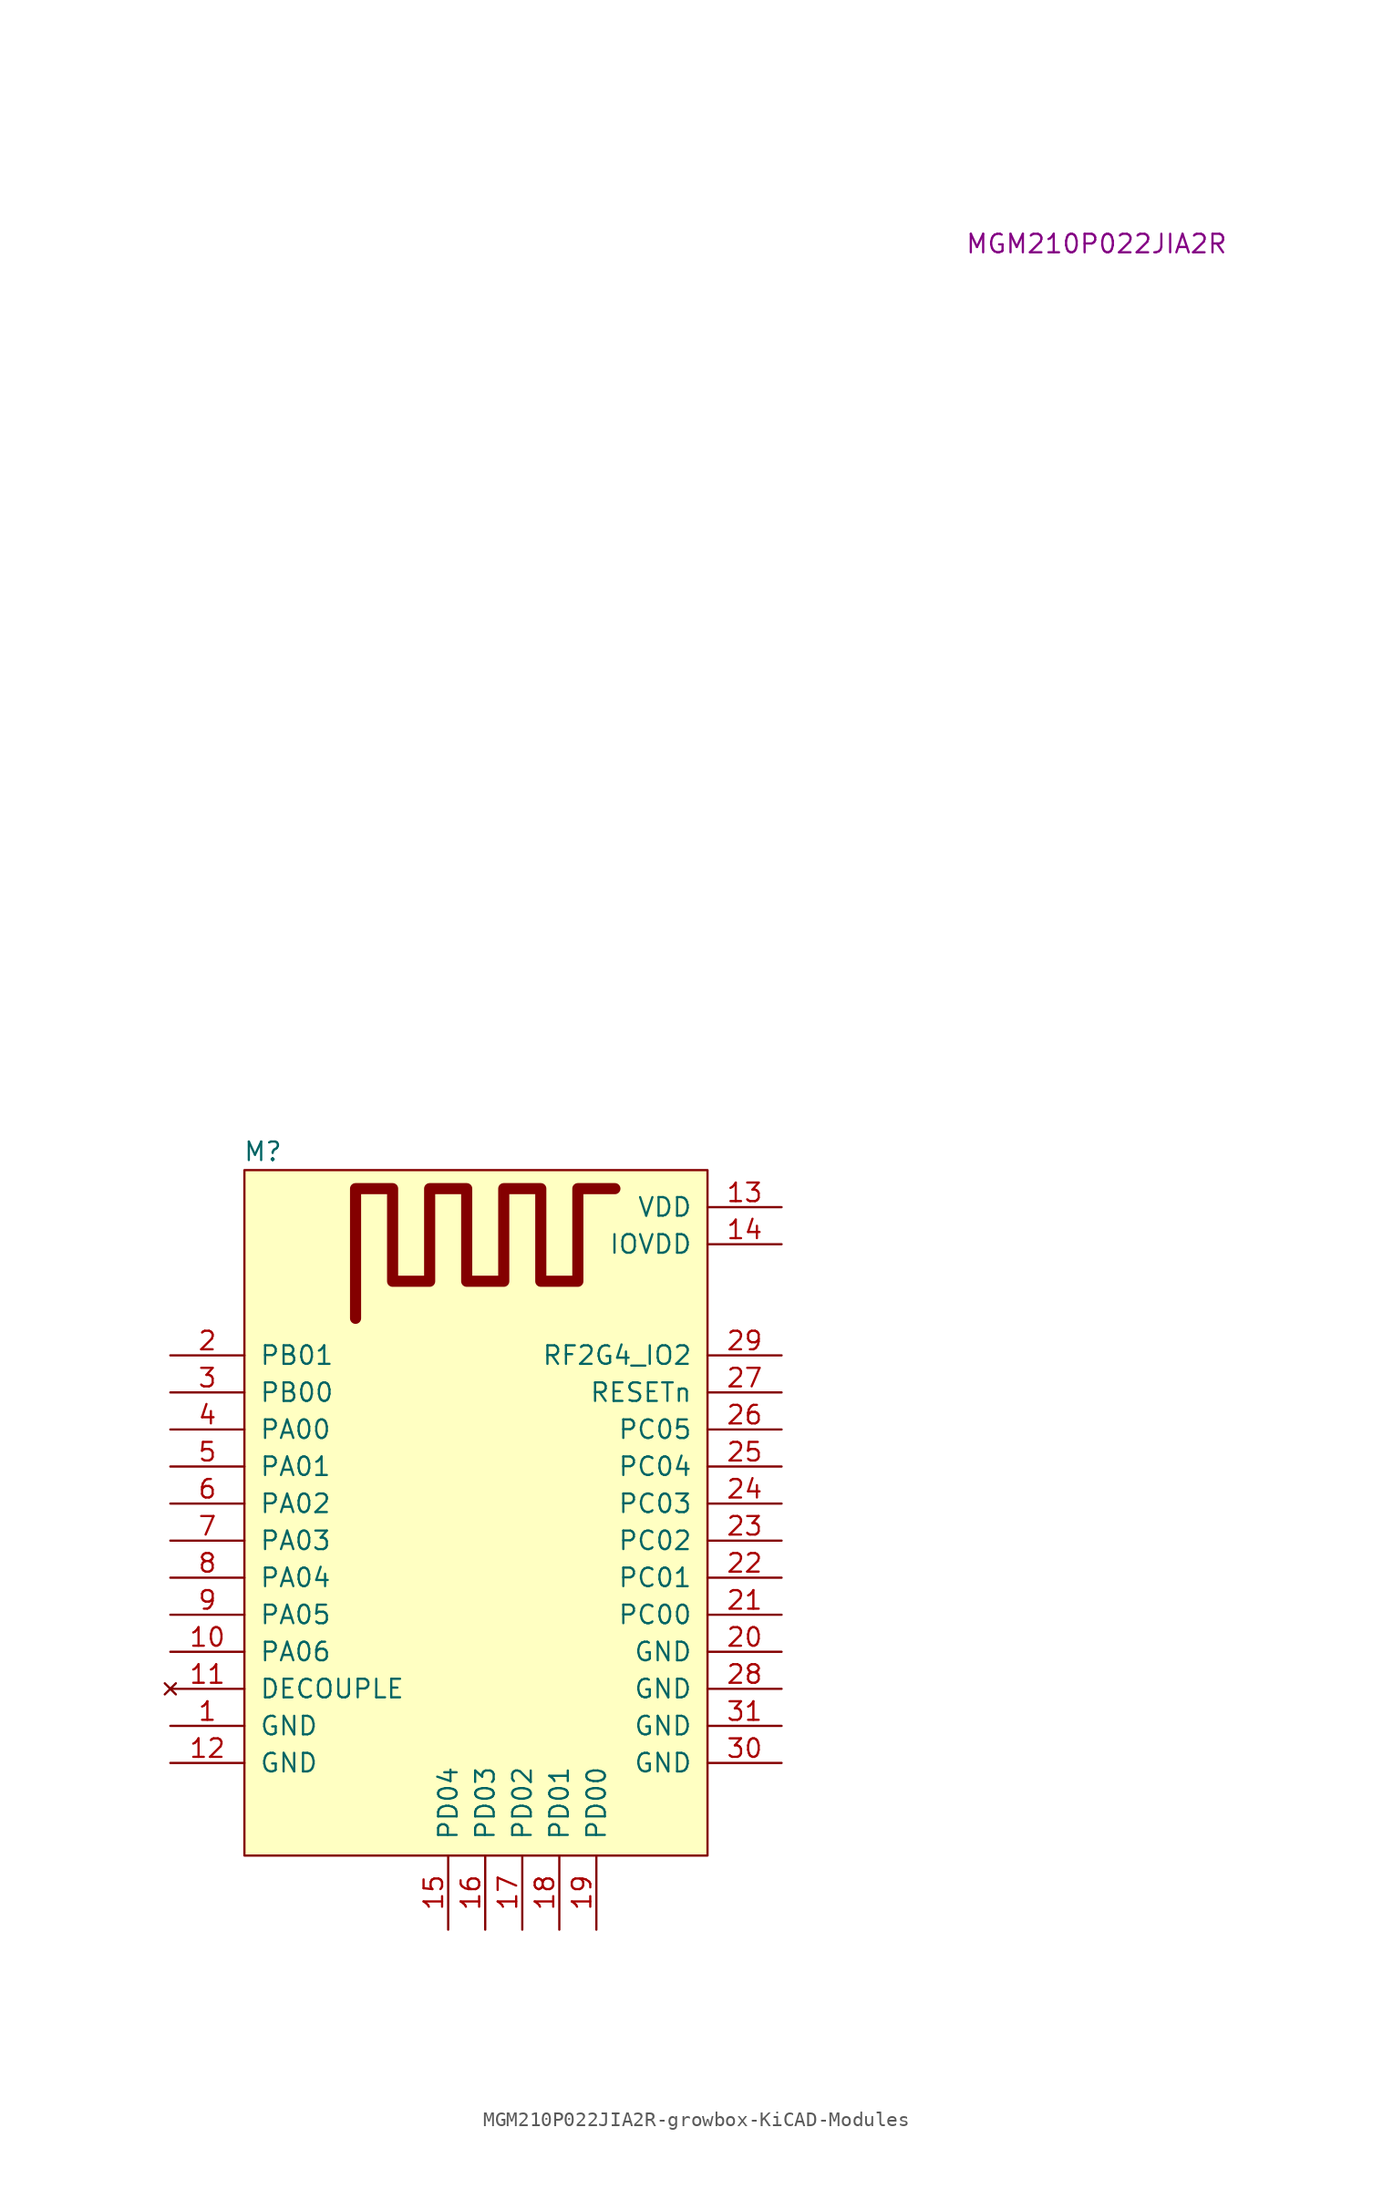
<source format=kicad_sym>
(kicad_symbol_lib
  (version 20231120)
  (generator "kicad_symbol_editor")
  (generator_version "8.0")
  (symbol "MGM210P022JIA2R-growbox-KiCAD-Modules"
    (pin_names
      (offset 1.016))
    (property "Reference" "M"
      (at 1.27 1.27 0)
      (effects (font (size 1.27 1.27))))
    (property "_Value_" "MGM210P022JIA2R"
      (at 58.42 63.5 0)
      (effects (font (size 1.27 1.27))))
    (symbol "MGM210P022JIA2R-growbox-KiCAD-Modules_1_1"
      (polyline (pts (xy 7.62 -10.16) (xy 7.62 -1.27) (xy 10.16 -1.27) (xy 10.16 -7.62) (xy 12.7 -7.62) (xy 12.7 -1.27) (xy 15.24 -1.27) (xy 15.24 -7.62) (xy 17.78 -7.62) (xy 17.78 -1.27) (xy 20.32 -1.27) (xy 20.32 -7.62) (xy 22.86 -7.62) (xy 22.86 -1.27) (xy 25.4 -1.27)) (stroke (width 0.762) (type solid)) (fill (type none)))
      (rectangle (start 0 0) (end 31.75 -46.99) (stroke (width 0) (type solid)) (fill (type background)))
      (pin passive line (at -5.08 -38.1 0) (length 5.08) (name "GND" (effects (font (size 1.27 1.27)))) (number "1" (effects (font (size 1.27 1.27)))))
      (pin bidirectional line (at -5.08 -33.02 0) (length 5.08) (name "PA06" (effects (font (size 1.27 1.27)))) (number "10" (effects (font (size 1.27 1.27)))))
      (pin no_connect line (at -5.08 -35.56 0) (length 5.08) (name "DECOUPLE" (effects (font (size 1.27 1.27)))) (number "11" (effects (font (size 1.27 1.27)))))
      (pin passive line (at -5.08 -40.64 0) (length 5.08) (name "GND" (effects (font (size 1.27 1.27)))) (number "12" (effects (font (size 1.27 1.27)))))
      (pin power_in line (at 36.83 -2.54 180) (length 5.08) (name "VDD" (effects (font (size 1.27 1.27)))) (number "13" (effects (font (size 1.27 1.27)))))
      (pin power_in line (at 36.83 -5.08 180) (length 5.08) (name "IOVDD" (effects (font (size 1.27 1.27)))) (number "14" (effects (font (size 1.27 1.27)))))
      (pin bidirectional line (at 13.97 -52.07 90) (length 5.08) (name "PD04" (effects (font (size 1.27 1.27)))) (number "15" (effects (font (size 1.27 1.27)))))
      (pin bidirectional line (at 16.51 -52.07 90) (length 5.08) (name "PD03" (effects (font (size 1.27 1.27)))) (number "16" (effects (font (size 1.27 1.27)))))
      (pin bidirectional line (at 19.05 -52.07 90) (length 5.08) (name "PD02" (effects (font (size 1.27 1.27)))) (number "17" (effects (font (size 1.27 1.27)))))
      (pin bidirectional line (at 21.59 -52.07 90) (length 5.08) (name "PD01" (effects (font (size 1.27 1.27)))) (number "18" (effects (font (size 1.27 1.27)))))
      (pin bidirectional line (at 24.13 -52.07 90) (length 5.08) (name "PD00" (effects (font (size 1.27 1.27)))) (number "19" (effects (font (size 1.27 1.27)))))
      (pin bidirectional line (at -5.08 -12.7 0) (length 5.08) (name "PB01" (effects (font (size 1.27 1.27)))) (number "2" (effects (font (size 1.27 1.27)))))
      (pin bidirectional line (at 36.83 -33.02 180) (length 5.08) (name "GND" (effects (font (size 1.27 1.27)))) (number "20" (effects (font (size 1.27 1.27)))))
      (pin bidirectional line (at 36.83 -30.48 180) (length 5.08) (name "PC00" (effects (font (size 1.27 1.27)))) (number "21" (effects (font (size 1.27 1.27)))))
      (pin bidirectional line (at 36.83 -27.94 180) (length 5.08) (name "PC01" (effects (font (size 1.27 1.27)))) (number "22" (effects (font (size 1.27 1.27)))))
      (pin bidirectional line (at 36.83 -25.4 180) (length 5.08) (name "PC02" (effects (font (size 1.27 1.27)))) (number "23" (effects (font (size 1.27 1.27)))))
      (pin bidirectional line (at 36.83 -22.86 180) (length 5.08) (name "PC03" (effects (font (size 1.27 1.27)))) (number "24" (effects (font (size 1.27 1.27)))))
      (pin bidirectional line (at 36.83 -20.32 180) (length 5.08) (name "PC04" (effects (font (size 1.27 1.27)))) (number "25" (effects (font (size 1.27 1.27)))))
      (pin bidirectional line (at 36.83 -17.78 180) (length 5.08) (name "PC05" (effects (font (size 1.27 1.27)))) (number "26" (effects (font (size 1.27 1.27)))))
      (pin input line (at 36.83 -15.24 180) (length 5.08) (name "RESETn" (effects (font (size 1.27 1.27)))) (number "27" (effects (font (size 1.27 1.27)))))
      (pin passive line (at 36.83 -35.56 180) (length 5.08) (name "GND" (effects (font (size 1.27 1.27)))) (number "28" (effects (font (size 1.27 1.27)))))
      (pin bidirectional line (at 36.83 -12.7 180) (length 5.08) (name "RF2G4_IO2" (effects (font (size 1.27 1.27)))) (number "29" (effects (font (size 1.27 1.27)))))
      (pin bidirectional line (at -5.08 -15.24 0) (length 5.08) (name "PB00" (effects (font (size 1.27 1.27)))) (number "3" (effects (font (size 1.27 1.27)))))
      (pin passive line (at 36.83 -40.64 180) (length 5.08) (name "GND" (effects (font (size 1.27 1.27)))) (number "30" (effects (font (size 1.27 1.27)))))
      (pin passive line (at 36.83 -38.1 180) (length 5.08) (name "GND" (effects (font (size 1.27 1.27)))) (number "31" (effects (font (size 1.27 1.27)))))
      (pin bidirectional line (at -5.08 -17.78 0) (length 5.08) (name "PA00" (effects (font (size 1.27 1.27)))) (number "4" (effects (font (size 1.27 1.27)))))
      (pin bidirectional line (at -5.08 -20.32 0) (length 5.08) (name "PA01" (effects (font (size 1.27 1.27)))) (number "5" (effects (font (size 1.27 1.27)))))
      (pin bidirectional line (at -5.08 -22.86 0) (length 5.08) (name "PA02" (effects (font (size 1.27 1.27)))) (number "6" (effects (font (size 1.27 1.27)))))
      (pin bidirectional line (at -5.08 -25.4 0) (length 5.08) (name "PA03" (effects (font (size 1.27 1.27)))) (number "7" (effects (font (size 1.27 1.27)))))
      (pin bidirectional line (at -5.08 -27.94 0) (length 5.08) (name "PA04" (effects (font (size 1.27 1.27)))) (number "8" (effects (font (size 1.27 1.27)))))
      (pin bidirectional line (at -5.08 -30.48 0) (length 5.08) (name "PA05" (effects (font (size 1.27 1.27)))) (number "9" (effects (font (size 1.27 1.27))))))))
</source>
